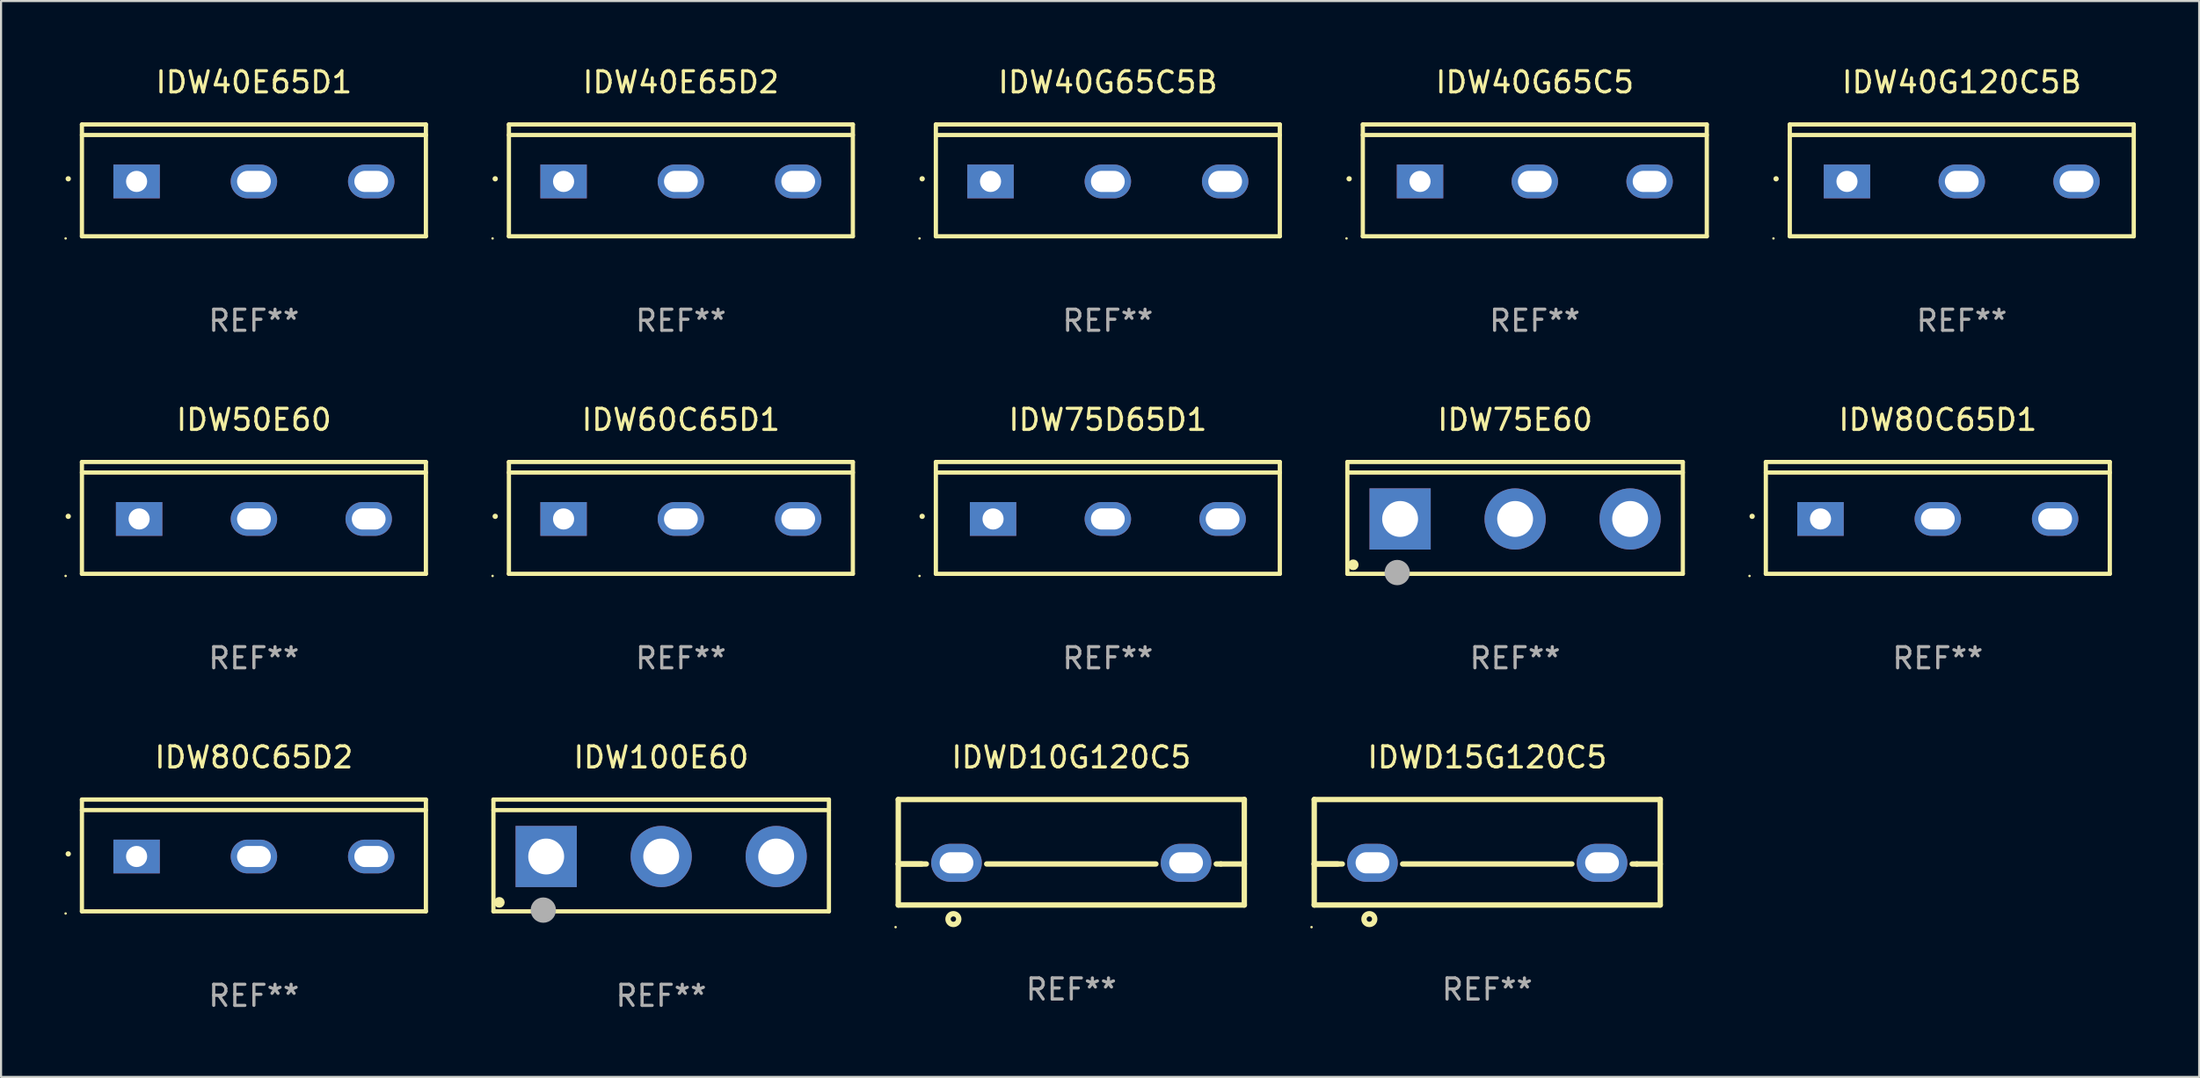
<source format=kicad_pcb>
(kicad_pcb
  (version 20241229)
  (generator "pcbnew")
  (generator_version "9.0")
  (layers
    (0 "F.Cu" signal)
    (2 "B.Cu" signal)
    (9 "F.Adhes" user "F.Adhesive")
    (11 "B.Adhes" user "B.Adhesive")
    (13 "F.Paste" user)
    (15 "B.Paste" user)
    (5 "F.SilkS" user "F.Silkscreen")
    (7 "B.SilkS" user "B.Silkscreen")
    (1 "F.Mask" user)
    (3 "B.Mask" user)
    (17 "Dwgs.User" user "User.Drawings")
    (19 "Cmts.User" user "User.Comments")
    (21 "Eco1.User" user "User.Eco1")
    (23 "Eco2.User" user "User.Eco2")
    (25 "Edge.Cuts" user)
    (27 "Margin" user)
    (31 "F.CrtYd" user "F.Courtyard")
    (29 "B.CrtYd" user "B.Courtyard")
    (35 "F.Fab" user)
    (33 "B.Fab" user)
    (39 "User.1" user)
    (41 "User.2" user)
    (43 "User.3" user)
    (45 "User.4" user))
  (footprint "IDW80C65D1"
    (layer "F.Cu")
    (at 88.791 21.496)
    (property "Reference" "IDW80C65D1" (at 0 -4.65 0) (layer "F.SilkS") (effects (font (size 1 1) (thickness 0.15))))
    (attr through_hole)
    (fp_line (start -8.151 -2.65) (end -8.151 2.65) (stroke (width 0.201) (type solid)) (layer "F.SilkS"))
    (fp_line (start 8.151 -2.65) (end -8.151 -2.65) (stroke (width 0.201) (type solid)) (layer "F.SilkS"))
    (fp_line (start 8.151 -2.15) (end -8.151 -2.15) (stroke (width 0.201) (type solid)) (layer "F.SilkS"))
    (fp_line (start 8.151 2.65) (end -8.151 2.65) (stroke (width 0.201) (type solid)) (layer "F.SilkS"))
    (fp_line (start 8.151 2.65) (end 8.151 -2.65) (stroke (width 0.201) (type solid)) (layer "F.SilkS"))
    (fp_arc (start -8.801118 -0.074943) (mid -8.799848 -0.074949) (end -8.798578 -0.074943) (stroke (width 0.24892) (type solid)) (layer "F.SilkS"))
    (fp_circle (center -8.924 2.751) (end -8.894 2.751) (stroke (width 0.06) (type solid)) (fill no) (layer "F.SilkS"))
    (fp_text user "REF**" (at 0 6.65 0) (layer "F.Fab") (effects (font (size 1 1) (thickness 0.15))))
    (pad "1" thru_hole rect (at -5.56 0.05 90) (size 1.6 2.2) (drill 1) (layers "*.Cu" "*.Mask"))
    (pad "2" thru_hole oval (at 0 0.05 90) (size 1.6 2.2) (drill oval 1 1.6) (layers "*.Cu" "*.Mask"))
    (pad "3" thru_hole oval (at 5.56 0.05 90) (size 1.6 2.2) (drill oval 1 1.6) (layers "*.Cu" "*.Mask")))
  (footprint "IDW100E60"
    (layer "F.Cu")
    (at 28.286 37.494)
    (property "Reference" "IDW100E60" (at 0 -4.65 0) (layer "F.SilkS") (effects (font (size 1 1) (thickness 0.15))))
    (attr through_hole)
    (fp_line (start -7.95 -2.65) (end -7.95 2.65) (stroke (width 0.2) (type solid)) (layer "F.SilkS"))
    (fp_line (start -7.95 -2.15) (end 7.95 -2.15) (stroke (width 0.2) (type solid)) (layer "F.SilkS"))
    (fp_line (start -7.95 2.65) (end 7.95 2.65) (stroke (width 0.2) (type solid)) (layer "F.SilkS"))
    (fp_line (start 7.95 -2.65) (end -7.95 -2.65) (stroke (width 0.2) (type solid)) (layer "F.SilkS"))
    (fp_line (start 7.95 2.65) (end 7.95 -2.65) (stroke (width 0.2) (type solid)) (layer "F.SilkS"))
    (fp_circle (center -7.672 2.223) (end -7.545 2.223) (stroke (width 0.254) (type solid)) (fill no) (layer "F.SilkS"))
    (fp_circle (center -5.587 2.59) (end -5.287 2.59) (stroke (width 0.6) (type solid)) (fill no) (layer "F.Fab"))
    (fp_text user "REF**" (at 0 6.65 0) (layer "F.Fab") (effects (font (size 1 1) (thickness 0.15))))
    (pad "1" thru_hole rect (at -5.45 0.05) (size 2.9 2.9) (drill 1.7) (layers "*.Cu" "*.Mask"))
    (pad "2" thru_hole circle (at 0.001 0.05) (size 2.9 2.9) (drill 1.7) (layers "*.Cu" "*.Mask"))
    (pad "3" thru_hole circle (at 5.451 0.05) (size 2.9 2.9) (drill 1.7) (layers "*.Cu" "*.Mask")))
  (footprint "IDWD10G120C5"
    (layer "F.Cu")
    (at 47.723 37.343)
    (property "Reference" "IDWD10G120C5" (at 0 -4.5 0) (layer "F.SilkS") (effects (font (size 1 1) (thickness 0.15))))
    (attr through_hole)
    (fp_line (start -8.2 -2.5) (end -8.2 2.5) (stroke (width 0.254) (type solid)) (layer "F.SilkS"))
    (fp_line (start -8.2 -2.5) (end 8.2 -2.5) (stroke (width 0.254) (type solid)) (layer "F.SilkS"))
    (fp_line (start -8.2 0.555) (end -7.09 0.555) (stroke (width 0.254) (type solid)) (layer "F.SilkS"))
    (fp_line (start -8.2 2.5) (end 8.2 2.5) (stroke (width 0.254) (type solid)) (layer "F.SilkS"))
    (fp_line (start -6.87 0.555) (end -8.2 0.555) (stroke (width 0.254) (type solid)) (layer "F.SilkS"))
    (fp_line (start 4.01 0.555) (end -4.01 0.555) (stroke (width 0.254) (type solid)) (layer "F.SilkS"))
    (fp_line (start 7.09 0.555) (end 6.87 0.555) (stroke (width 0.254) (type solid)) (layer "F.SilkS"))
    (fp_line (start 7.09 0.555) (end 8.2 0.555) (stroke (width 0.254) (type solid)) (layer "F.SilkS"))
    (fp_line (start 8.2 -2.5) (end 8.2 2.5) (stroke (width 0.254) (type solid)) (layer "F.SilkS"))
    (fp_circle (center -8.327 3.548) (end -8.297 3.548) (stroke (width 0.06) (type solid)) (fill no) (layer "F.SilkS"))
    (fp_circle (center -5.588 3.167) (end -5.334 3.167) (stroke (width 0.254) (type solid)) (fill no) (layer "F.SilkS"))
    (fp_text user "REF**" (at 0 6.5 0) (layer "F.Fab") (effects (font (size 1 1) (thickness 0.15))))
    (pad "1" thru_hole oval (at -5.44 0.5) (size 2.4 1.8) (drill oval 1.6 1) (layers "*.Cu" "*.Mask"))
    (pad "2" thru_hole oval (at 5.44 0.5) (size 2.4 1.8) (drill oval 1.6 1) (layers "*.Cu" "*.Mask")))
  (footprint "IDW75D65D1"
    (layer "F.Cu")
    (at 49.455 21.496)
    (property "Reference" "IDW75D65D1" (at 0 -4.65 0) (layer "F.SilkS") (effects (font (size 1 1) (thickness 0.15))))
    (attr through_hole)
    (fp_line (start -8.151 -2.65) (end -8.151 2.65) (stroke (width 0.201) (type solid)) (layer "F.SilkS"))
    (fp_line (start 8.151 -2.65) (end -8.151 -2.65) (stroke (width 0.201) (type solid)) (layer "F.SilkS"))
    (fp_line (start 8.151 -2.15) (end -8.151 -2.15) (stroke (width 0.201) (type solid)) (layer "F.SilkS"))
    (fp_line (start 8.151 2.65) (end -8.151 2.65) (stroke (width 0.201) (type solid)) (layer "F.SilkS"))
    (fp_line (start 8.151 2.65) (end 8.151 -2.65) (stroke (width 0.201) (type solid)) (layer "F.SilkS"))
    (fp_arc (start -8.801118 -0.074943) (mid -8.799848 -0.074949) (end -8.798578 -0.074943) (stroke (width 0.24892) (type solid)) (layer "F.SilkS"))
    (fp_circle (center -8.924 2.751) (end -8.894 2.751) (stroke (width 0.06) (type solid)) (fill no) (layer "F.SilkS"))
    (fp_text user "REF**" (at 0 6.65 0) (layer "F.Fab") (effects (font (size 1 1) (thickness 0.15))))
    (pad "1" thru_hole rect (at -5.44 0.05 90) (size 1.6 2.2) (drill 1) (layers "*.Cu" "*.Mask"))
    (pad "2" thru_hole oval (at 0 0.05 90) (size 1.6 2.2) (drill oval 1 1.6) (layers "*.Cu" "*.Mask"))
    (pad "3" thru_hole oval (at 5.44 0.05 90) (size 1.6 2.2) (drill oval 1 1.6) (layers "*.Cu" "*.Mask")))
  (footprint "IDW50E60"
    (layer "F.Cu")
    (at 8.984 21.496)
    (property "Reference" "IDW50E60" (at 0 -4.65 0) (layer "F.SilkS") (effects (font (size 1 1) (thickness 0.15))))
    (attr through_hole)
    (fp_line (start -8.151 -2.65) (end -8.151 2.65) (stroke (width 0.201) (type solid)) (layer "F.SilkS"))
    (fp_line (start 8.151 -2.65) (end -8.151 -2.65) (stroke (width 0.201) (type solid)) (layer "F.SilkS"))
    (fp_line (start 8.151 -2.15) (end -8.151 -2.15) (stroke (width 0.201) (type solid)) (layer "F.SilkS"))
    (fp_line (start 8.151 2.65) (end -8.151 2.65) (stroke (width 0.201) (type solid)) (layer "F.SilkS"))
    (fp_line (start 8.151 2.65) (end 8.151 -2.65) (stroke (width 0.201) (type solid)) (layer "F.SilkS"))
    (fp_arc (start -8.801118 -0.074943) (mid -8.799848 -0.074949) (end -8.798578 -0.074943) (stroke (width 0.24892) (type solid)) (layer "F.SilkS"))
    (fp_circle (center -8.924 2.751) (end -8.894 2.751) (stroke (width 0.06) (type solid)) (fill no) (layer "F.SilkS"))
    (fp_text user "REF**" (at 0 6.65 0) (layer "F.Fab") (effects (font (size 1 1) (thickness 0.15))))
    (pad "1" thru_hole rect (at -5.44 0.05 90) (size 1.6 2.2) (drill 1) (layers "*.Cu" "*.Mask"))
    (pad "2" thru_hole oval (at 0 0.05 90) (size 1.6 2.2) (drill oval 1 1.6) (layers "*.Cu" "*.Mask"))
    (pad "3" thru_hole oval (at 5.44 0.05 90) (size 1.6 2.2) (drill oval 1 1.6) (layers "*.Cu" "*.Mask")))
  (footprint "IDWD15G120C5"
    (layer "F.Cu")
    (at 67.437 37.343)
    (property "Reference" "IDWD15G120C5" (at 0 -4.5 0) (layer "F.SilkS") (effects (font (size 1 1) (thickness 0.15))))
    (attr through_hole)
    (fp_line (start -8.2 -2.5) (end -8.2 2.5) (stroke (width 0.254) (type solid)) (layer "F.SilkS"))
    (fp_line (start -8.2 -2.5) (end 8.2 -2.5) (stroke (width 0.254) (type solid)) (layer "F.SilkS"))
    (fp_line (start -8.2 0.555) (end -7.09 0.555) (stroke (width 0.254) (type solid)) (layer "F.SilkS"))
    (fp_line (start -8.2 2.5) (end 8.2 2.5) (stroke (width 0.254) (type solid)) (layer "F.SilkS"))
    (fp_line (start -6.87 0.555) (end -8.2 0.555) (stroke (width 0.254) (type solid)) (layer "F.SilkS"))
    (fp_line (start 4.01 0.555) (end -4.01 0.555) (stroke (width 0.254) (type solid)) (layer "F.SilkS"))
    (fp_line (start 7.09 0.555) (end 6.87 0.555) (stroke (width 0.254) (type solid)) (layer "F.SilkS"))
    (fp_line (start 7.09 0.555) (end 8.2 0.555) (stroke (width 0.254) (type solid)) (layer "F.SilkS"))
    (fp_line (start 8.2 -2.5) (end 8.2 2.5) (stroke (width 0.254) (type solid)) (layer "F.SilkS"))
    (fp_circle (center -8.327 3.548) (end -8.297 3.548) (stroke (width 0.06) (type solid)) (fill no) (layer "F.SilkS"))
    (fp_circle (center -5.588 3.167) (end -5.334 3.167) (stroke (width 0.254) (type solid)) (fill no) (layer "F.SilkS"))
    (fp_text user "REF**" (at 0 6.5 0) (layer "F.Fab") (effects (font (size 1 1) (thickness 0.15))))
    (pad "1" thru_hole oval (at -5.44 0.5) (size 2.4 1.8) (drill oval 1.6 1) (layers "*.Cu" "*.Mask"))
    (pad "2" thru_hole oval (at 5.44 0.5) (size 2.4 1.8) (drill oval 1.6 1) (layers "*.Cu" "*.Mask")))
  (footprint "IDW60C65D1"
    (layer "F.Cu")
    (at 29.22 21.496)
    (property "Reference" "IDW60C65D1" (at 0 -4.65 0) (layer "F.SilkS") (effects (font (size 1 1) (thickness 0.15))))
    (attr through_hole)
    (fp_line (start -8.151 -2.65) (end -8.151 2.65) (stroke (width 0.201) (type solid)) (layer "F.SilkS"))
    (fp_line (start 8.151 -2.65) (end -8.151 -2.65) (stroke (width 0.201) (type solid)) (layer "F.SilkS"))
    (fp_line (start 8.151 -2.15) (end -8.151 -2.15) (stroke (width 0.201) (type solid)) (layer "F.SilkS"))
    (fp_line (start 8.151 2.65) (end -8.151 2.65) (stroke (width 0.201) (type solid)) (layer "F.SilkS"))
    (fp_line (start 8.151 2.65) (end 8.151 -2.65) (stroke (width 0.201) (type solid)) (layer "F.SilkS"))
    (fp_arc (start -8.801118 -0.074943) (mid -8.799848 -0.074949) (end -8.798578 -0.074943) (stroke (width 0.24892) (type solid)) (layer "F.SilkS"))
    (fp_circle (center -8.924 2.751) (end -8.894 2.751) (stroke (width 0.06) (type solid)) (fill no) (layer "F.SilkS"))
    (fp_text user "REF**" (at 0 6.65 0) (layer "F.Fab") (effects (font (size 1 1) (thickness 0.15))))
    (pad "1" thru_hole rect (at -5.56 0.05 90) (size 1.6 2.2) (drill 1) (layers "*.Cu" "*.Mask"))
    (pad "2" thru_hole oval (at 0 0.05 90) (size 1.6 2.2) (drill oval 1 1.6) (layers "*.Cu" "*.Mask"))
    (pad "3" thru_hole oval (at 5.56 0.05 90) (size 1.6 2.2) (drill oval 1 1.6) (layers "*.Cu" "*.Mask")))
  (footprint "IDW75E60"
    (layer "F.Cu")
    (at 68.757 21.496)
    (property "Reference" "IDW75E60" (at 0 -4.65 0) (layer "F.SilkS") (effects (font (size 1 1) (thickness 0.15))))
    (attr through_hole)
    (fp_line (start -7.95 -2.65) (end -7.95 2.65) (stroke (width 0.2) (type solid)) (layer "F.SilkS"))
    (fp_line (start -7.95 -2.15) (end 7.95 -2.15) (stroke (width 0.2) (type solid)) (layer "F.SilkS"))
    (fp_line (start -7.95 2.65) (end 7.95 2.65) (stroke (width 0.2) (type solid)) (layer "F.SilkS"))
    (fp_line (start 7.95 -2.65) (end -7.95 -2.65) (stroke (width 0.2) (type solid)) (layer "F.SilkS"))
    (fp_line (start 7.95 2.65) (end 7.95 -2.65) (stroke (width 0.2) (type solid)) (layer "F.SilkS"))
    (fp_circle (center -7.672 2.223) (end -7.545 2.223) (stroke (width 0.254) (type solid)) (fill no) (layer "F.SilkS"))
    (fp_circle (center -5.587 2.59) (end -5.287 2.59) (stroke (width 0.6) (type solid)) (fill no) (layer "F.Fab"))
    (fp_text user "REF**" (at 0 6.65 0) (layer "F.Fab") (effects (font (size 1 1) (thickness 0.15))))
    (pad "1" thru_hole rect (at -5.45 0.05) (size 2.9 2.9) (drill 1.7) (layers "*.Cu" "*.Mask"))
    (pad "2" thru_hole circle (at 0.001 0.05) (size 2.9 2.9) (drill 1.7) (layers "*.Cu" "*.Mask"))
    (pad "3" thru_hole circle (at 5.451 0.05) (size 2.9 2.9) (drill 1.7) (layers "*.Cu" "*.Mask")))
  (footprint "IDW40G120C5B"
    (layer "F.Cu")
    (at 89.926 5.499)
    (property "Reference" "IDW40G120C5B" (at 0 -4.65 0) (layer "F.SilkS") (effects (font (size 1 1) (thickness 0.15))))
    (attr through_hole)
    (fp_line (start -8.151 -2.65) (end -8.151 2.65) (stroke (width 0.201) (type solid)) (layer "F.SilkS"))
    (fp_line (start 8.151 -2.65) (end -8.151 -2.65) (stroke (width 0.201) (type solid)) (layer "F.SilkS"))
    (fp_line (start 8.151 -2.15) (end -8.151 -2.15) (stroke (width 0.201) (type solid)) (layer "F.SilkS"))
    (fp_line (start 8.151 2.65) (end -8.151 2.65) (stroke (width 0.201) (type solid)) (layer "F.SilkS"))
    (fp_line (start 8.151 2.65) (end 8.151 -2.65) (stroke (width 0.201) (type solid)) (layer "F.SilkS"))
    (fp_arc (start -8.801118 -0.074943) (mid -8.799848 -0.074949) (end -8.798578 -0.074943) (stroke (width 0.24892) (type solid)) (layer "F.SilkS"))
    (fp_circle (center -8.924 2.751) (end -8.894 2.751) (stroke (width 0.06) (type solid)) (fill no) (layer "F.SilkS"))
    (fp_text user "REF**" (at 0 6.65 0) (layer "F.Fab") (effects (font (size 1 1) (thickness 0.15))))
    (pad "1" thru_hole rect (at -5.44 0.05 90) (size 1.6 2.2) (drill 1) (layers "*.Cu" "*.Mask"))
    (pad "2" thru_hole oval (at 0 0.05 90) (size 1.6 2.2) (drill oval 1 1.6) (layers "*.Cu" "*.Mask"))
    (pad "3" thru_hole oval (at 5.44 0.05 90) (size 1.6 2.2) (drill oval 1 1.6) (layers "*.Cu" "*.Mask")))
  (footprint "IDW40G65C5B"
    (layer "F.Cu")
    (at 49.455 5.499)
    (property "Reference" "IDW40G65C5B" (at 0 -4.65 0) (layer "F.SilkS") (effects (font (size 1 1) (thickness 0.15))))
    (attr through_hole)
    (fp_line (start -8.151 -2.65) (end -8.151 2.65) (stroke (width 0.201) (type solid)) (layer "F.SilkS"))
    (fp_line (start 8.151 -2.65) (end -8.151 -2.65) (stroke (width 0.201) (type solid)) (layer "F.SilkS"))
    (fp_line (start 8.151 -2.15) (end -8.151 -2.15) (stroke (width 0.201) (type solid)) (layer "F.SilkS"))
    (fp_line (start 8.151 2.65) (end -8.151 2.65) (stroke (width 0.201) (type solid)) (layer "F.SilkS"))
    (fp_line (start 8.151 2.65) (end 8.151 -2.65) (stroke (width 0.201) (type solid)) (layer "F.SilkS"))
    (fp_arc (start -8.801118 -0.074943) (mid -8.799848 -0.074949) (end -8.798578 -0.074943) (stroke (width 0.24892) (type solid)) (layer "F.SilkS"))
    (fp_circle (center -8.924 2.751) (end -8.894 2.751) (stroke (width 0.06) (type solid)) (fill no) (layer "F.SilkS"))
    (fp_text user "REF**" (at 0 6.65 0) (layer "F.Fab") (effects (font (size 1 1) (thickness 0.15))))
    (pad "1" thru_hole rect (at -5.56 0.05 90) (size 1.6 2.2) (drill 1) (layers "*.Cu" "*.Mask"))
    (pad "2" thru_hole oval (at 0 0.05 90) (size 1.6 2.2) (drill oval 1 1.6) (layers "*.Cu" "*.Mask"))
    (pad "3" thru_hole oval (at 5.56 0.05 90) (size 1.6 2.2) (drill oval 1 1.6) (layers "*.Cu" "*.Mask")))
  (footprint "IDW40G65C5"
    (layer "F.Cu")
    (at 69.691 5.499)
    (property "Reference" "IDW40G65C5" (at 0 -4.65 0) (layer "F.SilkS") (effects (font (size 1 1) (thickness 0.15))))
    (attr through_hole)
    (fp_line (start -8.151 -2.65) (end -8.151 2.65) (stroke (width 0.201) (type solid)) (layer "F.SilkS"))
    (fp_line (start 8.151 -2.65) (end -8.151 -2.65) (stroke (width 0.201) (type solid)) (layer "F.SilkS"))
    (fp_line (start 8.151 -2.15) (end -8.151 -2.15) (stroke (width 0.201) (type solid)) (layer "F.SilkS"))
    (fp_line (start 8.151 2.65) (end -8.151 2.65) (stroke (width 0.201) (type solid)) (layer "F.SilkS"))
    (fp_line (start 8.151 2.65) (end 8.151 -2.65) (stroke (width 0.201) (type solid)) (layer "F.SilkS"))
    (fp_arc (start -8.801118 -0.074943) (mid -8.799848 -0.074949) (end -8.798578 -0.074943) (stroke (width 0.24892) (type solid)) (layer "F.SilkS"))
    (fp_circle (center -8.924 2.751) (end -8.894 2.751) (stroke (width 0.06) (type solid)) (fill no) (layer "F.SilkS"))
    (fp_text user "REF**" (at 0 6.65 0) (layer "F.Fab") (effects (font (size 1 1) (thickness 0.15))))
    (pad "1" thru_hole rect (at -5.44 0.05 90) (size 1.6 2.2) (drill 1) (layers "*.Cu" "*.Mask"))
    (pad "2" thru_hole oval (at 0 0.05 90) (size 1.6 2.2) (drill oval 1 1.6) (layers "*.Cu" "*.Mask"))
    (pad "3" thru_hole oval (at 5.44 0.05 90) (size 1.6 2.2) (drill oval 1 1.6) (layers "*.Cu" "*.Mask")))
  (footprint "IDW40E65D1"
    (layer "F.Cu")
    (at 8.984 5.499)
    (property "Reference" "IDW40E65D1" (at 0 -4.65 0) (layer "F.SilkS") (effects (font (size 1 1) (thickness 0.15))))
    (attr through_hole)
    (fp_line (start -8.151 -2.65) (end -8.151 2.65) (stroke (width 0.201) (type solid)) (layer "F.SilkS"))
    (fp_line (start 8.151 -2.65) (end -8.151 -2.65) (stroke (width 0.201) (type solid)) (layer "F.SilkS"))
    (fp_line (start 8.151 -2.15) (end -8.151 -2.15) (stroke (width 0.201) (type solid)) (layer "F.SilkS"))
    (fp_line (start 8.151 2.65) (end -8.151 2.65) (stroke (width 0.201) (type solid)) (layer "F.SilkS"))
    (fp_line (start 8.151 2.65) (end 8.151 -2.65) (stroke (width 0.201) (type solid)) (layer "F.SilkS"))
    (fp_arc (start -8.801118 -0.074943) (mid -8.799848 -0.074949) (end -8.798578 -0.074943) (stroke (width 0.24892) (type solid)) (layer "F.SilkS"))
    (fp_circle (center -8.924 2.751) (end -8.894 2.751) (stroke (width 0.06) (type solid)) (fill no) (layer "F.SilkS"))
    (fp_text user "REF**" (at 0 6.65 0) (layer "F.Fab") (effects (font (size 1 1) (thickness 0.15))))
    (pad "1" thru_hole rect (at -5.56 0.05 90) (size 1.6 2.2) (drill 1) (layers "*.Cu" "*.Mask"))
    (pad "2" thru_hole oval (at 0 0.05 90) (size 1.6 2.2) (drill oval 1 1.6) (layers "*.Cu" "*.Mask"))
    (pad "3" thru_hole oval (at 5.56 0.05 90) (size 1.6 2.2) (drill oval 1 1.6) (layers "*.Cu" "*.Mask")))
  (footprint "IDW80C65D2"
    (layer "F.Cu")
    (at 8.984 37.494)
    (property "Reference" "IDW80C65D2" (at 0 -4.65 0) (layer "F.SilkS") (effects (font (size 1 1) (thickness 0.15))))
    (attr through_hole)
    (fp_line (start -8.151 -2.65) (end -8.151 2.65) (stroke (width 0.201) (type solid)) (layer "F.SilkS"))
    (fp_line (start 8.151 -2.65) (end -8.151 -2.65) (stroke (width 0.201) (type solid)) (layer "F.SilkS"))
    (fp_line (start 8.151 -2.15) (end -8.151 -2.15) (stroke (width 0.201) (type solid)) (layer "F.SilkS"))
    (fp_line (start 8.151 2.65) (end -8.151 2.65) (stroke (width 0.201) (type solid)) (layer "F.SilkS"))
    (fp_line (start 8.151 2.65) (end 8.151 -2.65) (stroke (width 0.201) (type solid)) (layer "F.SilkS"))
    (fp_arc (start -8.801118 -0.074943) (mid -8.799848 -0.074949) (end -8.798578 -0.074943) (stroke (width 0.24892) (type solid)) (layer "F.SilkS"))
    (fp_circle (center -8.924 2.751) (end -8.894 2.751) (stroke (width 0.06) (type solid)) (fill no) (layer "F.SilkS"))
    (fp_text user "REF**" (at 0 6.65 0) (layer "F.Fab") (effects (font (size 1 1) (thickness 0.15))))
    (pad "1" thru_hole rect (at -5.56 0.05 90) (size 1.6 2.2) (drill 1) (layers "*.Cu" "*.Mask"))
    (pad "2" thru_hole oval (at 0 0.05 90) (size 1.6 2.2) (drill oval 1 1.6) (layers "*.Cu" "*.Mask"))
    (pad "3" thru_hole oval (at 5.56 0.05 90) (size 1.6 2.2) (drill oval 1 1.6) (layers "*.Cu" "*.Mask")))
  (footprint "IDW40E65D2"
    (layer "F.Cu")
    (at 29.22 5.499)
    (property "Reference" "IDW40E65D2" (at 0 -4.65 0) (layer "F.SilkS") (effects (font (size 1 1) (thickness 0.15))))
    (attr through_hole)
    (fp_line (start -8.151 -2.65) (end -8.151 2.65) (stroke (width 0.201) (type solid)) (layer "F.SilkS"))
    (fp_line (start 8.151 -2.65) (end -8.151 -2.65) (stroke (width 0.201) (type solid)) (layer "F.SilkS"))
    (fp_line (start 8.151 -2.15) (end -8.151 -2.15) (stroke (width 0.201) (type solid)) (layer "F.SilkS"))
    (fp_line (start 8.151 2.65) (end -8.151 2.65) (stroke (width 0.201) (type solid)) (layer "F.SilkS"))
    (fp_line (start 8.151 2.65) (end 8.151 -2.65) (stroke (width 0.201) (type solid)) (layer "F.SilkS"))
    (fp_arc (start -8.801118 -0.074943) (mid -8.799848 -0.074949) (end -8.798578 -0.074943) (stroke (width 0.24892) (type solid)) (layer "F.SilkS"))
    (fp_circle (center -8.924 2.751) (end -8.894 2.751) (stroke (width 0.06) (type solid)) (fill no) (layer "F.SilkS"))
    (fp_text user "REF**" (at 0 6.65 0) (layer "F.Fab") (effects (font (size 1 1) (thickness 0.15))))
    (pad "1" thru_hole rect (at -5.56 0.05 90) (size 1.6 2.2) (drill 1) (layers "*.Cu" "*.Mask"))
    (pad "2" thru_hole oval (at 0 0.05 90) (size 1.6 2.2) (drill oval 1 1.6) (layers "*.Cu" "*.Mask"))
    (pad "3" thru_hole oval (at 5.56 0.05 90) (size 1.6 2.2) (drill oval 1 1.6) (layers "*.Cu" "*.Mask")))
  (gr_rect
    (start -3 -3)
    (end 101.178 47.992)
    (stroke (width 0.1) (type default))
    (fill no)
    (layer "Edge.Cuts")))
</source>
